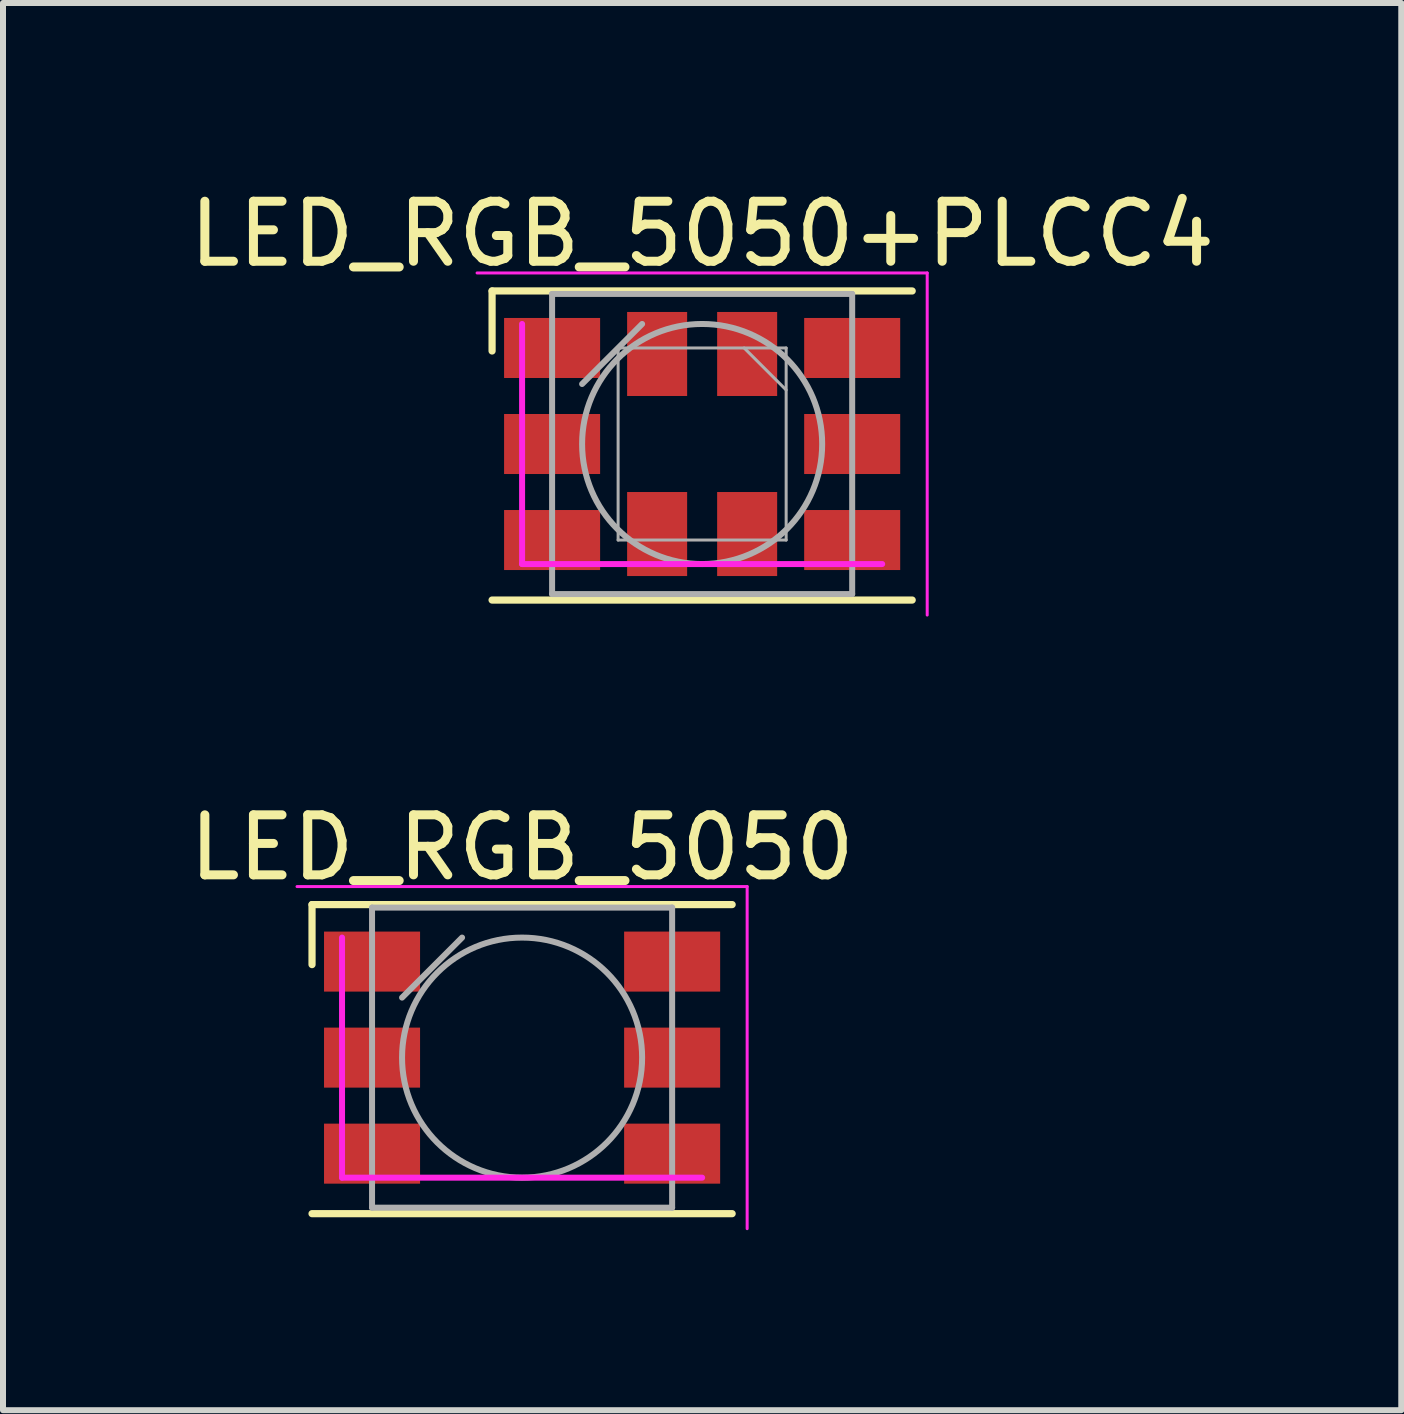
<source format=kicad_pcb>
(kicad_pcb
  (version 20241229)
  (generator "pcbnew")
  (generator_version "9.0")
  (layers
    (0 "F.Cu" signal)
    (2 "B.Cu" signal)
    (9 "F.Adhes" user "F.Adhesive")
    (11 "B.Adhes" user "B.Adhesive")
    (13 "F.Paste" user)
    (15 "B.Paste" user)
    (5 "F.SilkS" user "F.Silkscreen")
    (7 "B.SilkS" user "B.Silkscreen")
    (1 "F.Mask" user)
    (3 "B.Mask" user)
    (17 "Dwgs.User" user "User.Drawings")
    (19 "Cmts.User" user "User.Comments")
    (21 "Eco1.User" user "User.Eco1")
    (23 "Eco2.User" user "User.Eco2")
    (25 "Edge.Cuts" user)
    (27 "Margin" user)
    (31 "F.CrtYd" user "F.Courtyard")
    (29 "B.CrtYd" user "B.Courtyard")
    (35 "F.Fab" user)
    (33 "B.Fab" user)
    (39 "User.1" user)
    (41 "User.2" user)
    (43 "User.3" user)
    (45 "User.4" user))
  (footprint "LED_RGB_5050+PLCC4"
    (layer "F.Cu")
    (at 8.649 4.348)
    (property "Reference" "LED_RGB_5050+PLCC4" (at 0 -3.5 0) (layer "F.SilkS") (effects (font (size 1 1) (thickness 0.15))))
    (attr smd)
    (fp_line (start -3.5 -2.55) (end 3.5 -2.55) (stroke (width 0.12) (type solid)) (layer "F.SilkS"))
    (fp_line (start -3.5 -1.55) (end -3.5 -2.55) (stroke (width 0.12) (type solid)) (layer "F.SilkS"))
    (fp_line (start -3.5 2.6) (end 3.5 2.6) (stroke (width 0.12) (type solid)) (layer "F.SilkS"))
    (fp_line (start -3 -2) (end -3 2) (stroke (width 0.1) (type solid)) (layer "F.CrtYd"))
    (fp_line (start -3 2) (end 3 2) (stroke (width 0.1) (type solid)) (layer "F.CrtYd"))
    (fp_line (start 3.75 -2.85) (end -3.75 -2.85) (stroke (width 0.05) (type solid)) (layer "F.CrtYd"))
    (fp_line (start 3.75 2.85) (end 3.75 -2.85) (stroke (width 0.05) (type solid)) (layer "F.CrtYd"))
    (fp_line (start -2.5 -2.5) (end 2.5 -2.5) (stroke (width 0.1) (type solid)) (layer "F.Fab"))
    (fp_line (start -2.5 2.5) (end -2.5 -2.5) (stroke (width 0.1) (type solid)) (layer "F.Fab"))
    (fp_line (start -2 -1) (end -1 -2) (stroke (width 0.1) (type solid)) (layer "F.Fab"))
    (fp_line (start -1.4 -1.6) (end -1.4 1.6) (stroke (width 0.05) (type solid)) (layer "F.Fab"))
    (fp_line (start -1.4 -1.6) (end 1.4 -1.6) (stroke (width 0.05) (type solid)) (layer "F.Fab"))
    (fp_line (start -1.4 1.6) (end 1.4 1.6) (stroke (width 0.05) (type solid)) (layer "F.Fab"))
    (fp_line (start 0.7 -1.6) (end 1.4 -0.9) (stroke (width 0.05) (type solid)) (layer "F.Fab"))
    (fp_line (start 1.4 -1.6) (end 1.4 1.6) (stroke (width 0.05) (type solid)) (layer "F.Fab"))
    (fp_line (start 2.5 -2.5) (end 2.5 2.5) (stroke (width 0.1) (type solid)) (layer "F.Fab"))
    (fp_line (start 2.5 2.5) (end -2.5 2.5) (stroke (width 0.1) (type solid)) (layer "F.Fab"))
    (fp_circle (center 0 0) (end 0 -2) (stroke (width 0.1) (type solid)) (fill no) (layer "F.Fab"))
    (pad "1" smd rect (at -2.5 -1.6) (size 1.6 1) (layers "F.Cu" "F.Mask" "F.Paste"))
    (pad "1" smd rect (at 0.75 -1.5) (size 1 1.4) (layers "F.Cu" "F.Mask" "F.Paste"))
    (pad "2" smd rect (at -2.5 0) (size 1.6 1) (layers "F.Cu" "F.Mask" "F.Paste"))
    (pad "2" smd rect (at 0.75 1.5 180) (size 1 1.4) (layers "F.Cu" "F.Mask" "F.Paste"))
    (pad "3" smd rect (at -2.5 1.6) (size 1.6 1) (layers "F.Cu" "F.Mask" "F.Paste"))
    (pad "3" smd rect (at -0.75 1.5 180) (size 1 1.4) (layers "F.Cu" "F.Mask" "F.Paste"))
    (pad "4" smd rect (at -0.75 -1.5) (size 1 1.4) (layers "F.Cu" "F.Mask" "F.Paste"))
    (pad "4" smd rect (at 2.5 1.6) (size 1.6 1) (layers "F.Cu" "F.Mask" "F.Paste"))
    (pad "5" smd rect (at 2.5 0) (size 1.6 1) (layers "F.Cu" "F.Mask" "F.Paste"))
    (pad "6" smd rect (at 2.5 -1.6) (size 1.6 1) (layers "F.Cu" "F.Mask" "F.Paste")))
  (footprint "LED_RGB_5050"
    (layer "F.Cu")
    (at 5.649 14.572)
    (property "Reference" "LED_RGB_5050" (at 0 -3.5 0) (layer "F.SilkS") (effects (font (size 1 1) (thickness 0.15))))
    (attr smd)
    (fp_line (start -3.5 -2.55) (end 3.5 -2.55) (stroke (width 0.12) (type solid)) (layer "F.SilkS"))
    (fp_line (start -3.5 -1.55) (end -3.5 -2.55) (stroke (width 0.12) (type solid)) (layer "F.SilkS"))
    (fp_line (start -3.5 2.6) (end 3.5 2.6) (stroke (width 0.12) (type solid)) (layer "F.SilkS"))
    (fp_line (start -3 -2) (end -3 2) (stroke (width 0.1) (type solid)) (layer "F.CrtYd"))
    (fp_line (start -3 2) (end 3 2) (stroke (width 0.1) (type solid)) (layer "F.CrtYd"))
    (fp_line (start 3.75 -2.85) (end -3.75 -2.85) (stroke (width 0.05) (type solid)) (layer "F.CrtYd"))
    (fp_line (start 3.75 2.85) (end 3.75 -2.85) (stroke (width 0.05) (type solid)) (layer "F.CrtYd"))
    (fp_line (start -2.5 -2.5) (end 2.5 -2.5) (stroke (width 0.1) (type solid)) (layer "F.Fab"))
    (fp_line (start -2.5 2.5) (end -2.5 -2.5) (stroke (width 0.1) (type solid)) (layer "F.Fab"))
    (fp_line (start -2 -1) (end -1 -2) (stroke (width 0.1) (type solid)) (layer "F.Fab"))
    (fp_line (start 2.5 -2.5) (end 2.5 2.5) (stroke (width 0.1) (type solid)) (layer "F.Fab"))
    (fp_line (start 2.5 2.5) (end -2.5 2.5) (stroke (width 0.1) (type solid)) (layer "F.Fab"))
    (fp_circle (center 0 0) (end 0 -2) (stroke (width 0.1) (type solid)) (fill no) (layer "F.Fab"))
    (pad "1" smd rect (at -2.5 -1.6) (size 1.6 1) (layers "F.Cu" "F.Mask" "F.Paste"))
    (pad "2" smd rect (at -2.5 0) (size 1.6 1) (layers "F.Cu" "F.Mask" "F.Paste"))
    (pad "3" smd rect (at -2.5 1.6) (size 1.6 1) (layers "F.Cu" "F.Mask" "F.Paste"))
    (pad "4" smd rect (at 2.5 1.6) (size 1.6 1) (layers "F.Cu" "F.Mask" "F.Paste"))
    (pad "5" smd rect (at 2.5 0) (size 1.6 1) (layers "F.Cu" "F.Mask" "F.Paste"))
    (pad "6" smd rect (at 2.5 -1.6) (size 1.6 1) (layers "F.Cu" "F.Mask" "F.Paste")))
  (gr_rect
    (start -3 -3)
    (end 20.298 20.447)
    (stroke (width 0.1) (type default))
    (fill no)
    (layer "Edge.Cuts")))
</source>
